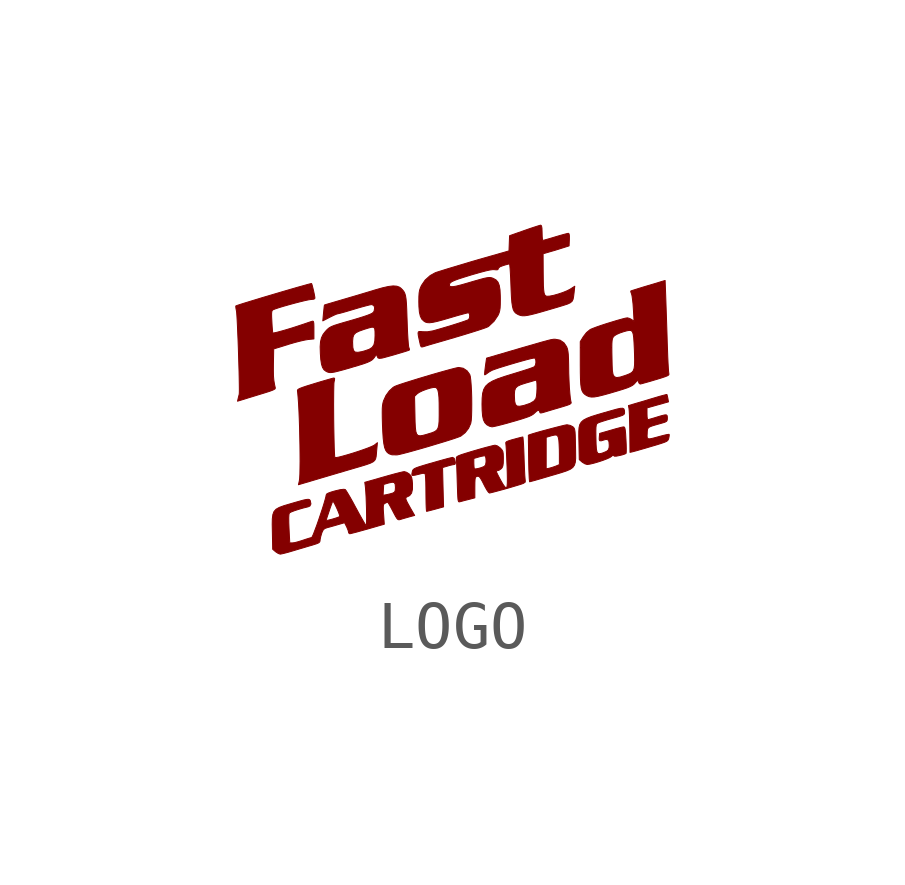
<source format=kicad_sym>
(kicad_symbol_lib
  (version 20210619)
  (generator bitmap2component)
  (symbol "LOGO"
    (pin_names
      (offset 1.016))
    (property "Reference" "#G"
      (at 0 2.779 0)
      (effects (font (size 1.27 1.27)) hide))
    (symbol "LOGO_0_0"
      (polyline (pts (xy -3.553 -3.429) (xy -3.489 -3.414) (xy -3.403 -3.391) (xy -3.305 -3.362) (xy -3.225 -3.338) (xy -3.106 -3.303) (xy -2.996 -3.27) (xy -2.91 -3.245) (xy -2.907 -3.244) (xy -2.829 -3.219) (xy -2.783 -3.199) (xy -2.762 -3.178) (xy -2.756 -3.151) (xy -2.755 -3.133) (xy -2.743 -3.073) (xy -2.723 -3.004) (xy -2.714 -2.979) (xy -2.689 -2.929) (xy -2.656 -2.901) (xy -2.601 -2.882) (xy -2.551 -2.869) (xy -2.466 -2.845) (xy -2.379 -2.82) (xy -2.246 -2.781) (xy -2.204 -2.863) (xy -2.195 -2.883) (xy -2.172 -2.94) (xy -2.163 -2.978) (xy -2.16 -2.994) (xy -2.137 -3.011) (xy -2.119 -3.007) (xy -2.066 -2.994) (xy -1.984 -2.973) (xy -1.881 -2.944) (xy -1.765 -2.912) (xy -1.419 -2.812) (xy -1.433 -2.607) (xy -1.434 -2.599) (xy -1.44 -2.506) (xy -1.44 -2.446) (xy -1.436 -2.411) (xy -1.424 -2.39) (xy -1.404 -2.377) (xy -1.374 -2.362) (xy -1.349 -2.353) (xy -1.341 -2.362) (xy -1.317 -2.4) (xy -1.282 -2.463) (xy -1.24 -2.543) (xy -1.225 -2.572) (xy -1.185 -2.647) (xy -1.156 -2.693) (xy -1.134 -2.715) (xy -1.112 -2.72) (xy -1.085 -2.714) (xy -1.054 -2.704) (xy -0.985 -2.684) (xy -0.908 -2.662) (xy -0.787 -2.629) (xy -0.881 -2.465) (xy -0.893 -2.443) (xy -0.939 -2.36) (xy -0.965 -2.304) (xy -0.971 -2.269) (xy -0.96 -2.249) (xy -0.932 -2.237) (xy -0.891 -2.216) (xy -0.851 -2.164) (xy -0.832 -2.083) (xy -0.832 -1.967) (xy -0.839 -1.894) (xy -0.85 -1.837) (xy -0.869 -1.798) (xy -0.9 -1.766) (xy -0.903 -1.763) (xy -0.955 -1.731) (xy -1.003 -1.717) (xy -1.003 -1.717) (xy -1.038 -1.723) (xy -1.106 -1.739) (xy -1.2 -1.763) (xy -1.313 -1.794) (xy -1.437 -1.829) (xy -1.825 -1.94) (xy -1.815 -2.014) (xy -1.81 -2.06) (xy -1.804 -2.142) (xy -1.8 -2.21) (xy -1.444 -2.21) (xy -1.438 -2.097) (xy -1.431 -1.984) (xy -1.336 -1.956) (xy -1.325 -1.953) (xy -1.253 -1.938) (xy -1.212 -1.945) (xy -1.192 -1.98) (xy -1.187 -2.046) (xy -1.187 -2.05) (xy -1.191 -2.11) (xy -1.206 -2.143) (xy -1.238 -2.162) (xy -1.241 -2.163) (xy -1.299 -2.18) (xy -1.367 -2.196) (xy -1.444 -2.21) (xy -1.8 -2.21) (xy -1.798 -2.243) (xy -1.794 -2.356) (xy -1.79 -2.472) (xy -1.788 -2.584) (xy -1.787 -2.685) (xy -1.788 -2.766) (xy -1.79 -2.821) (xy -1.795 -2.841) (xy -1.796 -2.84) (xy -1.813 -2.818) (xy -1.846 -2.765) (xy -1.891 -2.686) (xy -1.946 -2.588) (xy -2.007 -2.475) (xy -2.013 -2.465) (xy -2.074 -2.351) (xy -2.13 -2.251) (xy -2.178 -2.17) (xy -2.213 -2.114) (xy -2.232 -2.09) (xy -2.263 -2.085) (xy -2.336 -2.093) (xy -2.446 -2.119) (xy -2.521 -2.141) (xy -2.585 -2.164) (xy -2.619 -2.184) (xy -2.629 -2.206) (xy -2.635 -2.24) (xy -2.652 -2.305) (xy -2.678 -2.394) (xy -2.711 -2.499) (xy -2.749 -2.613) (xy -2.787 -2.726) (xy -2.628 -2.726) (xy -2.624 -2.708) (xy -2.621 -2.701) (xy -2.607 -2.658) (xy -2.584 -2.59) (xy -2.556 -2.507) (xy -2.545 -2.473) (xy -2.519 -2.401) (xy -2.5 -2.351) (xy -2.49 -2.332) (xy -2.478 -2.344) (xy -2.453 -2.385) (xy -2.423 -2.446) (xy -2.392 -2.514) (xy -2.366 -2.578) (xy -2.349 -2.627) (xy -2.346 -2.651) (xy -2.365 -2.661) (xy -2.416 -2.68) (xy -2.484 -2.701) (xy -2.526 -2.713) (xy -2.587 -2.728) (xy -2.618 -2.733) (xy -2.628 -2.726) (xy -2.787 -2.726) (xy -2.788 -2.729) (xy -2.827 -2.84) (xy -2.864 -2.938) (xy -2.894 -3.018) (xy -2.918 -3.07) (xy -2.931 -3.09) (xy -2.934 -3.09) (xy -2.973 -3.1) (xy -3.037 -3.12) (xy -3.115 -3.146) (xy -3.127 -3.15) (xy -3.21 -3.176) (xy -3.282 -3.195) (xy -3.33 -3.201) (xy -3.387 -3.201) (xy -3.402 -2.904) (xy -3.407 -2.78) (xy -3.408 -2.676) (xy -3.404 -2.61) (xy -3.394 -2.578) (xy -3.392 -2.576) (xy -3.354 -2.556) (xy -3.287 -2.53) (xy -3.2 -2.502) (xy -3.103 -2.474) (xy -3.005 -2.45) (xy -2.967 -2.433) (xy -2.946 -2.39) (xy -2.96 -2.323) (xy -2.963 -2.316) (xy -2.975 -2.301) (xy -2.997 -2.294) (xy -3.035 -2.296) (xy -3.096 -2.308) (xy -3.184 -2.332) (xy -3.307 -2.367) (xy -3.382 -2.389) (xy -3.51 -2.427) (xy -3.605 -2.462) (xy -3.672 -2.5) (xy -3.715 -2.548) (xy -3.739 -2.613) (xy -3.75 -2.7) (xy -3.752 -2.816) (xy -3.749 -2.969) (xy -3.742 -3.333) (xy -3.683 -3.384) (xy -3.676 -3.389) (xy -3.626 -3.421) (xy -3.585 -3.435) (xy -3.553 -3.429)) (stroke (width 0.01)) (fill (type outline)))
      (polyline (pts (xy -0.534 -2.544) (xy -0.498 -2.535) (xy -0.434 -2.519) (xy -0.355 -2.498) (xy -0.185 -2.451) (xy -0.196 -2.042) (xy -0.206 -1.632) (xy -0.099 -1.601) (xy -0.059 -1.589) (xy 0.000300 -1.575) (xy 0.036 -1.569) (xy 0.054 -1.563) (xy 0.062 -1.532) (xy 0.05 -1.468) (xy 0.035 -1.439) (xy 0.003 -1.421) (xy 0.002 -1.421) (xy -0.03 -1.428) (xy -0.096 -1.444) (xy -0.188 -1.469) (xy -0.3 -1.5) (xy -0.424 -1.536) (xy -0.493 -1.555) (xy -0.611 -1.59) (xy -0.697 -1.617) (xy -0.756 -1.638) (xy -0.793 -1.656) (xy -0.815 -1.673) (xy -0.828 -1.692) (xy -0.835 -1.715) (xy -0.836 -1.719) (xy -0.845 -1.768) (xy -0.841 -1.795) (xy -0.823 -1.797) (xy -0.773 -1.79) (xy -0.707 -1.774) (xy -0.695 -1.771) (xy -0.627 -1.754) (xy -0.588 -1.753) (xy -0.569 -1.765) (xy -0.564 -1.788) (xy -0.559 -1.847) (xy -0.555 -1.935) (xy -0.553 -2.045) (xy -0.552 -2.168) (xy -0.551 -2.277) (xy -0.549 -2.384) (xy -0.546 -2.468) (xy -0.542 -2.524) (xy -0.538 -2.544) (xy -0.534 -2.544)) (stroke (width 0.01)) (fill (type outline)))
      (polyline (pts (xy 0.157 -2.344) (xy 0.191 -2.335) (xy 0.257 -2.317) (xy 0.334 -2.298) (xy 0.466 -2.263) (xy 0.466 -2.043) (xy 0.467 -1.945) (xy 0.47 -1.882) (xy 0.477 -1.845) (xy 0.489 -1.826) (xy 0.508 -1.817) (xy 0.517 -1.815) (xy 0.54 -1.815) (xy 0.562 -1.827) (xy 0.587 -1.86) (xy 0.62 -1.918) (xy 0.666 -2.009) (xy 0.677 -2.03) (xy 0.715 -2.098) (xy 0.748 -2.145) (xy 0.77 -2.163) (xy 0.799 -2.157) (xy 0.86 -2.142) (xy 0.946 -2.119) (xy 1.046 -2.092) (xy 1.153 -2.062) (xy 1.258 -2.031) (xy 1.352 -2.003) (xy 1.427 -1.98) (xy 1.476 -1.962) (xy 1.513 -1.938) (xy 1.517 -1.914) (xy 1.516 -1.91) (xy 1.512 -1.87) (xy 1.506 -1.796) (xy 1.501 -1.695) (xy 1.496 -1.574) (xy 1.491 -1.44) (xy 1.49 -1.397) (xy 1.485 -1.269) (xy 1.48 -1.159) (xy 1.474 -1.073) (xy 1.469 -1.016) (xy 1.465 -0.996) (xy 1.46 -0.997) (xy 1.422 -1.005) (xy 1.357 -1.022) (xy 1.276 -1.044) (xy 1.235 -1.055) (xy 1.165 -1.077) (xy 1.126 -1.094) (xy 1.11 -1.112) (xy 1.111 -1.134) (xy 1.112 -1.139) (xy 1.116 -1.181) (xy 1.121 -1.257) (xy 1.126 -1.36) (xy 1.131 -1.482) (xy 1.137 -1.617) (xy 1.141 -1.744) (xy 1.143 -1.871) (xy 1.142 -1.962) (xy 1.137 -2.02) (xy 1.128 -2.049) (xy 1.113 -2.053) (xy 1.092 -2.035) (xy 1.064 -1.998) (xy 1.049 -1.975) (xy 1.016 -1.919) (xy 0.98 -1.852) (xy 0.946 -1.787) (xy 0.921 -1.735) (xy 0.912 -1.707) (xy 0.915 -1.702) (xy 0.944 -1.696) (xy 0.976 -1.685) (xy 1.018 -1.654) (xy 1.035 -1.633) (xy 1.05 -1.596) (xy 1.058 -1.539) (xy 1.06 -1.451) (xy 1.06 -1.417) (xy 1.057 -1.345) (xy 1.049 -1.298) (xy 1.03 -1.263) (xy 0.998 -1.228) (xy 0.987 -1.218) (xy 0.934 -1.181) (xy 0.887 -1.167) (xy 0.853 -1.173) (xy 0.785 -1.19) (xy 0.692 -1.214) (xy 0.58 -1.245) (xy 0.456 -1.281) (xy 0.391 -1.3) (xy 0.273 -1.336) (xy 0.188 -1.363) (xy 0.131 -1.385) (xy 0.098 -1.402) (xy 0.083 -1.418) (xy 0.081 -1.433) (xy 0.081 -1.438) (xy 0.082 -1.443) (xy 0.445 -1.443) (xy 0.554 -1.411) (xy 0.597 -1.4) (xy 0.652 -1.389) (xy 0.681 -1.39) (xy 0.686 -1.397) (xy 0.696 -1.436) (xy 0.7 -1.495) (xy 0.699 -1.52) (xy 0.689 -1.578) (xy 0.662 -1.608) (xy 0.65 -1.614) (xy 0.596 -1.635) (xy 0.535 -1.652) (xy 0.484 -1.661) (xy 0.457 -1.659) (xy 0.453 -1.649) (xy 0.448 -1.607) (xy 0.445 -1.545) (xy 0.445 -1.443) (xy 0.082 -1.443) (xy 0.084 -1.48) (xy 0.087 -1.556) (xy 0.091 -1.658) (xy 0.095 -1.78) (xy 0.099 -1.915) (xy 0.103 -2.039) (xy 0.107 -2.155) (xy 0.111 -2.239) (xy 0.115 -2.294) (xy 0.122 -2.328) (xy 0.13 -2.344) (xy 0.142 -2.347) (xy 0.157 -2.344)) (stroke (width 0.01)) (fill (type outline)))
      (polyline (pts (xy -2.891 -1.897) (xy -2.868 -1.89) (xy -2.743 -1.853) (xy -2.591 -1.808) (xy -2.425 -1.759) (xy -2.256 -1.709) (xy -2.095 -1.662) (xy -2.034 -1.644) (xy -1.894 -1.603) (xy -1.787 -1.57) (xy -1.709 -1.542) (xy -1.655 -1.515) (xy -1.62 -1.486) (xy -1.6 -1.451) (xy -1.589 -1.405) (xy -1.583 -1.347) (xy -1.577 -1.271) (xy -1.562 -1.115) (xy -1.622 -1.162) (xy -1.632 -1.169) (xy -1.683 -1.194) (xy -1.76 -1.225) (xy -1.856 -1.26) (xy -1.964 -1.297) (xy -2.076 -1.333) (xy -2.186 -1.366) (xy -2.285 -1.394) (xy -2.366 -1.415) (xy -2.423 -1.425) (xy -2.447 -1.423) (xy -2.448 -1.421) (xy -2.453 -1.384) (xy -2.457 -1.312) (xy -2.461 -1.211) (xy -2.464 -1.086) (xy -2.467 -0.944) (xy -2.47 -0.79) (xy -2.472 -0.631) (xy -2.473 -0.471) (xy -2.474 -0.318) (xy -2.473 -0.176) (xy -2.472 -0.052) (xy -2.47 0.048) (xy -2.468 0.118) (xy -2.464 0.154) (xy -2.456 0.183) (xy -2.453 0.222) (xy -2.466 0.232) (xy -2.491 0.227) (xy -2.55 0.211) (xy -2.636 0.186) (xy -2.743 0.155) (xy -2.862 0.119) (xy -2.91 0.104) (xy -3.031 0.067) (xy -3.117 0.038) (xy -3.175 0.016) (xy -3.209 -0.002) (xy -3.225 -0.018) (xy -3.227 -0.034) (xy -3.222 -0.072) (xy -3.213 -0.171) (xy -3.204 -0.298) (xy -3.196 -0.448) (xy -3.189 -0.616) (xy -3.183 -0.795) (xy -3.179 -0.979) (xy -3.175 -1.162) (xy -3.173 -1.338) (xy -3.172 -1.502) (xy -3.174 -1.647) (xy -3.176 -1.768) (xy -3.181 -1.858) (xy -3.188 -1.912) (xy -3.206 -1.99) (xy -2.891 -1.897)) (stroke (width 0.01)) (fill (type outline)))
      (polyline (pts (xy 1.61 -1.928) (xy 1.644 -1.919) (xy 1.711 -1.901) (xy 1.805 -1.874) (xy 1.918 -1.841) (xy 2.046 -1.803) (xy 2.119 -1.782) (xy 2.261 -1.74) (xy 2.37 -1.704) (xy 2.45 -1.67) (xy 2.505 -1.631) (xy 2.539 -1.583) (xy 2.558 -1.521) (xy 2.565 -1.438) (xy 2.564 -1.331) (xy 2.562 -1.193) (xy 2.561 -1.19) (xy 2.559 -1.058) (xy 2.556 -0.96) (xy 2.552 -0.892) (xy 2.545 -0.847) (xy 2.536 -0.818) (xy 2.523 -0.799) (xy 2.505 -0.782) (xy 2.452 -0.755) (xy 2.386 -0.742) (xy 2.376 -0.743) (xy 2.329 -0.752) (xy 2.254 -0.77) (xy 2.159 -0.794) (xy 2.052 -0.822) (xy 1.94 -0.852) (xy 1.832 -0.881) (xy 1.734 -0.909) (xy 1.654 -0.933) (xy 1.601 -0.951) (xy 1.58 -0.96) (xy 1.58 -0.967) (xy 1.581 -1.009) (xy 1.581 -1.084) (xy 1.583 -1.186) (xy 1.584 -1.309) (xy 1.586 -1.447) (xy 1.587 -1.523) (xy 1.59 -1.654) (xy 1.59 -1.659) (xy 1.951 -1.659) (xy 1.951 -1.003) (xy 2.033 -0.979) (xy 2.071 -0.968) (xy 2.138 -0.954) (xy 2.179 -0.961) (xy 2.2 -0.993) (xy 2.213 -1.052) (xy 2.216 -1.078) (xy 2.221 -1.158) (xy 2.225 -1.258) (xy 2.226 -1.361) (xy 2.226 -1.571) (xy 2.151 -1.603) (xy 2.146 -1.605) (xy 2.076 -1.629) (xy 2.013 -1.647) (xy 1.951 -1.659) (xy 1.59 -1.659) (xy 1.594 -1.765) (xy 1.598 -1.852) (xy 1.603 -1.909) (xy 1.607 -1.929) (xy 1.61 -1.928)) (stroke (width 0.01)) (fill (type outline)))
      (polyline (pts (xy 2.806 -1.569) (xy 2.863 -1.561) (xy 2.943 -1.542) (xy 3.035 -1.515) (xy 3.129 -1.484) (xy 3.213 -1.452) (xy 3.277 -1.423) (xy 3.311 -1.4) (xy 3.338 -1.375) (xy 3.355 -1.382) (xy 3.356 -1.384) (xy 3.372 -1.396) (xy 3.412 -1.395) (xy 3.483 -1.381) (xy 3.536 -1.368) (xy 3.59 -1.35) (xy 3.615 -1.336) (xy 3.615 -1.335) (xy 3.618 -1.304) (xy 3.619 -1.241) (xy 3.617 -1.153) (xy 3.612 -1.051) (xy 3.611 -1.039) (xy 3.605 -0.93) (xy 3.598 -0.857) (xy 3.59 -0.813) (xy 3.579 -0.791) (xy 3.564 -0.786) (xy 3.537 -0.79) (xy 3.476 -0.805) (xy 3.393 -0.827) (xy 3.297 -0.855) (xy 3.064 -0.922) (xy 3.057 -1.002) (xy 3.055 -1.046) (xy 3.065 -1.074) (xy 3.096 -1.076) (xy 3.158 -1.057) (xy 3.196 -1.047) (xy 3.237 -1.054) (xy 3.258 -1.092) (xy 3.264 -1.166) (xy 3.262 -1.213) (xy 3.247 -1.262) (xy 3.209 -1.295) (xy 3.138 -1.325) (xy 3.098 -1.338) (xy 3.056 -1.345) (xy 3.026 -1.335) (xy 3.007 -1.302) (xy 2.996 -1.242) (xy 2.99 -1.15) (xy 2.987 -1.02) (xy 2.986 -0.973) (xy 2.985 -0.87) (xy 2.987 -0.799) (xy 2.993 -0.753) (xy 3.002 -0.727) (xy 3.017 -0.711) (xy 3.019 -0.71) (xy 3.056 -0.693) (xy 3.125 -0.67) (xy 3.215 -0.642) (xy 3.318 -0.613) (xy 3.413 -0.587) (xy 3.491 -0.563) (xy 3.541 -0.545) (xy 3.569 -0.528) (xy 3.58 -0.51) (xy 3.583 -0.488) (xy 3.581 -0.446) (xy 3.57 -0.413) (xy 3.545 -0.398) (xy 3.498 -0.399) (xy 3.424 -0.415) (xy 3.316 -0.445) (xy 3.171 -0.486) (xy 3.014 -0.532) (xy 2.89 -0.571) (xy 2.796 -0.608) (xy 2.727 -0.645) (xy 2.68 -0.688) (xy 2.65 -0.739) (xy 2.635 -0.803) (xy 2.63 -0.883) (xy 2.63 -0.983) (xy 2.633 -1.108) (xy 2.64 -1.467) (xy 2.699 -1.518) (xy 2.705 -1.523) (xy 2.758 -1.555) (xy 2.805 -1.569) (xy 2.806 -1.569)) (stroke (width 0.01)) (fill (type outline)))
      (polyline (pts (xy -1.154 -1.369) (xy -1.106 -1.36) (xy -1.024 -1.34) (xy -0.916 -1.312) (xy -0.787 -1.276) (xy -0.645 -1.236) (xy -0.497 -1.193) (xy -0.348 -1.148) (xy -0.205 -1.105) (xy -0.076 -1.065) (xy 0.033 -1.03) (xy 0.116 -1.001) (xy 0.165 -0.982) (xy 0.181 -0.973) (xy 0.265 -0.906) (xy 0.336 -0.815) (xy 0.381 -0.712) (xy 0.382 -0.708) (xy 0.392 -0.646) (xy 0.398 -0.554) (xy 0.401 -0.44) (xy 0.402 -0.312) (xy 0.401 -0.177) (xy 0.397 -0.044) (xy 0.39 0.079) (xy 0.382 0.183) (xy 0.372 0.262) (xy 0.36 0.305) (xy 0.305 0.381) (xy 0.224 0.435) (xy 0.13 0.451) (xy 0.114 0.449) (xy 0.055 0.436) (xy -0.035 0.413) (xy -0.148 0.382) (xy -0.28 0.345) (xy -0.423 0.304) (xy -0.571 0.26) (xy -0.717 0.216) (xy -0.856 0.173) (xy -0.981 0.134) (xy -1.085 0.1) (xy -1.162 0.073) (xy -1.205 0.055) (xy -1.236 0.036) (xy -1.315 -0.037) (xy -1.385 -0.134) (xy -1.392 -0.15) (xy -0.789 -0.15) (xy -0.736 -0.098) (xy -0.692 -0.067) (xy -0.623 -0.034) (xy -0.541 -0.003) (xy -0.46 0.022) (xy -0.392 0.036) (xy -0.349 0.035) (xy -0.346 0.033) (xy -0.322 0.014) (xy -0.303 -0.023) (xy -0.29 -0.083) (xy -0.281 -0.17) (xy -0.277 -0.289) (xy -0.276 -0.446) (xy -0.276 -0.554) (xy -0.278 -0.67) (xy -0.286 -0.754) (xy -0.302 -0.814) (xy -0.329 -0.855) (xy -0.371 -0.885) (xy -0.43 -0.909) (xy -0.51 -0.933) (xy -0.538 -0.942) (xy -0.616 -0.963) (xy -0.674 -0.972) (xy -0.716 -0.965) (xy -0.744 -0.936) (xy -0.762 -0.883) (xy -0.772 -0.8) (xy -0.778 -0.683) (xy -0.781 -0.528) (xy -0.789 -0.15) (xy -1.392 -0.15) (xy -1.434 -0.242) (xy -1.435 -0.244) (xy -1.447 -0.289) (xy -1.456 -0.339) (xy -1.461 -0.403) (xy -1.462 -0.486) (xy -1.461 -0.597) (xy -1.457 -0.743) (xy -1.451 -0.879) (xy -1.442 -1.023) (xy -1.429 -1.133) (xy -1.412 -1.216) (xy -1.388 -1.276) (xy -1.357 -1.318) (xy -1.317 -1.347) (xy -1.26 -1.367) (xy -1.155 -1.369) (xy -1.154 -1.369)) (stroke (width 0.01)) (fill (type outline)))
      (polyline (pts (xy 3.751 -1.304) (xy 3.772 -1.298) (xy 3.833 -1.282) (xy 3.92 -1.257) (xy 4.027 -1.226) (xy 4.144 -1.191) (xy 4.264 -1.156) (xy 4.355 -1.127) (xy 4.418 -1.105) (xy 4.458 -1.087) (xy 4.481 -1.069) (xy 4.494 -1.048) (xy 4.503 -1.022) (xy 4.504 -1.016) (xy 4.513 -0.968) (xy 4.511 -0.942) (xy 4.502 -0.941) (xy 4.46 -0.947) (xy 4.392 -0.963) (xy 4.308 -0.985) (xy 4.265 -0.997) (xy 4.171 -1.022) (xy 4.109 -1.035) (xy 4.072 -1.032) (xy 4.055 -1.013) (xy 4.051 -0.976) (xy 4.054 -0.919) (xy 4.056 -0.87) (xy 4.062 -0.834) (xy 4.076 -0.808) (xy 4.106 -0.786) (xy 4.158 -0.766) (xy 4.238 -0.742) (xy 4.352 -0.71) (xy 4.359 -0.708) (xy 4.424 -0.688) (xy 4.458 -0.669) (xy 4.471 -0.644) (xy 4.474 -0.603) (xy 4.473 -0.576) (xy 4.467 -0.548) (xy 4.449 -0.535) (xy 4.412 -0.538) (xy 4.348 -0.554) (xy 4.251 -0.583) (xy 4.223 -0.592) (xy 4.148 -0.614) (xy 4.092 -0.63) (xy 4.066 -0.636) (xy 4.059 -0.624) (xy 4.052 -0.579) (xy 4.05 -0.513) (xy 4.05 -0.391) (xy 4.497 -0.265) (xy 4.484 -0.191) (xy 4.482 -0.181) (xy 4.471 -0.133) (xy 4.464 -0.111) (xy 4.443 -0.115) (xy 4.389 -0.129) (xy 4.311 -0.15) (xy 4.217 -0.178) (xy 4.136 -0.202) (xy 4.018 -0.238) (xy 3.906 -0.271) (xy 3.82 -0.296) (xy 3.664 -0.342) (xy 3.676 -0.41) (xy 3.676 -0.411) (xy 3.68 -0.456) (xy 3.684 -0.535) (xy 3.687 -0.64) (xy 3.69 -0.763) (xy 3.692 -0.897) (xy 3.696 -1.316) (xy 3.751 -1.304)) (stroke (width 0.01)) (fill (type outline)))
      (polyline (pts (xy 0.859 -0.779) (xy 0.929 -0.764) (xy 1.024 -0.74) (xy 1.137 -0.71) (xy 1.262 -0.674) (xy 1.306 -0.662) (xy 1.433 -0.624) (xy 1.528 -0.593) (xy 1.598 -0.568) (xy 1.647 -0.544) (xy 1.685 -0.52) (xy 1.715 -0.493) (xy 1.753 -0.458) (xy 1.786 -0.44) (xy 1.805 -0.449) (xy 1.813 -0.463) (xy 1.823 -0.492) (xy 1.84 -0.497) (xy 1.882 -0.488) (xy 1.885 -0.487) (xy 1.932 -0.473) (xy 2.009 -0.45) (xy 2.105 -0.421) (xy 2.212 -0.39) (xy 2.306 -0.362) (xy 2.386 -0.337) (xy 2.437 -0.318) (xy 2.463 -0.301) (xy 2.472 -0.285) (xy 2.469 -0.267) (xy 2.465 -0.255) (xy 2.454 -0.189) (xy 2.444 -0.091) (xy 2.434 0.033) (xy 2.427 0.176) (xy 2.421 0.33) (xy 2.419 0.488) (xy 2.419 0.5) (xy 2.416 0.626) (xy 2.412 0.719) (xy 2.404 0.788) (xy 2.393 0.84) (xy 2.376 0.884) (xy 2.322 0.964) (xy 2.24 1.02) (xy 2.137 1.039) (xy 2.123 1.039) (xy 2.102 1.038) (xy 2.077 1.034) (xy 2.043 1.028) (xy 1.998 1.017) (xy 1.936 1) (xy 1.854 0.978) (xy 1.747 0.947) (xy 1.612 0.908) (xy 1.444 0.86) (xy 1.24 0.8) (xy 0.71 0.645) (xy 0.686 0.476) (xy 0.683 0.453) (xy 0.674 0.377) (xy 0.669 0.322) (xy 0.67 0.299) (xy 0.684 0.301) (xy 0.715 0.323) (xy 0.759 0.355) (xy 0.816 0.388) (xy 0.832 0.395) (xy 0.892 0.417) (xy 0.977 0.446) (xy 1.081 0.478) (xy 1.196 0.513) (xy 1.315 0.548) (xy 1.431 0.581) (xy 1.536 0.61) (xy 1.622 0.632) (xy 1.683 0.645) (xy 1.711 0.648) (xy 1.717 0.644) (xy 1.734 0.61) (xy 1.738 0.558) (xy 1.729 0.504) (xy 1.708 0.468) (xy 1.705 0.466) (xy 1.669 0.45) (xy 1.6 0.425) (xy 1.505 0.394) (xy 1.39 0.358) (xy 1.263 0.319) (xy 1.096 0.268) (xy 0.949 0.218) (xy 0.835 0.169) (xy 0.75 0.118) (xy 0.69 0.061) (xy 0.651 -0.006) (xy 0.628 -0.088) (xy 0.626 -0.111) (xy 1.289 -0.111) (xy 1.295 -0.033) (xy 1.314 0.021) (xy 1.355 0.061) (xy 1.423 0.093) (xy 1.526 0.126) (xy 1.54 0.13) (xy 1.62 0.153) (xy 1.685 0.172) (xy 1.723 0.183) (xy 1.73 0.185) (xy 1.746 0.181) (xy 1.755 0.158) (xy 1.759 0.108) (xy 1.76 0.024) (xy 1.76 0.008) (xy 1.756 -0.079) (xy 1.747 -0.153) (xy 1.736 -0.199) (xy 1.693 -0.251) (xy 1.614 -0.297) (xy 1.495 -0.337) (xy 1.476 -0.342) (xy 1.396 -0.357) (xy 1.343 -0.351) (xy 1.311 -0.318) (xy 1.295 -0.252) (xy 1.29 -0.149) (xy 1.289 -0.111) (xy 0.626 -0.111) (xy 0.618 -0.189) (xy 0.615 -0.312) (xy 0.618 -0.443) (xy 0.627 -0.556) (xy 0.645 -0.639) (xy 0.674 -0.698) (xy 0.714 -0.741) (xy 0.768 -0.771) (xy 0.824 -0.785) (xy 0.859 -0.779)) (stroke (width 0.01)) (fill (type outline)))
      (polyline (pts (xy -4.309 -0.201) (xy -4.256 -0.184) (xy -4.147 -0.151) (xy -4.027 -0.114) (xy -3.912 -0.079) (xy -3.909 -0.078) (xy -3.802 -0.044) (xy -3.732 -0.017) (xy -3.695 0.004) (xy -3.687 0.022) (xy -3.704 0.098) (xy -3.718 0.181) (xy -3.726 0.273) (xy -3.728 0.386) (xy -3.727 0.53) (xy -3.721 0.837) (xy -3.424 0.929) (xy -3.395 0.938) (xy -3.277 0.972) (xy -3.165 1.001) (xy -3.071 1.022) (xy -3.005 1.033) (xy -2.884 1.045) (xy -2.884 1.235) (xy -2.884 1.3) (xy -2.886 1.366) (xy -2.892 1.402) (xy -2.903 1.415) (xy -2.921 1.413) (xy -2.945 1.405) (xy -3.005 1.385) (xy -3.086 1.357) (xy -3.18 1.326) (xy -3.243 1.305) (xy -3.362 1.267) (xy -3.475 1.233) (xy -3.577 1.204) (xy -3.66 1.182) (xy -3.717 1.17) (xy -3.74 1.169) (xy -3.743 1.184) (xy -3.748 1.235) (xy -3.754 1.311) (xy -3.759 1.405) (xy -3.764 1.5) (xy -3.765 1.57) (xy -3.761 1.614) (xy -3.752 1.638) (xy -3.736 1.651) (xy -3.735 1.652) (xy -3.687 1.671) (xy -3.609 1.697) (xy -3.509 1.727) (xy -3.396 1.759) (xy -3.279 1.791) (xy -3.166 1.82) (xy -3.067 1.844) (xy -2.991 1.86) (xy -2.946 1.866) (xy -2.938 1.866) (xy -2.882 1.873) (xy -2.863 1.892) (xy -2.866 1.922) (xy -2.877 1.981) (xy -2.892 2.051) (xy -2.909 2.12) (xy -2.923 2.173) (xy -2.933 2.198) (xy -2.933 2.198) (xy -2.957 2.194) (xy -3.016 2.179) (xy -3.104 2.154) (xy -3.216 2.123) (xy -3.348 2.085) (xy -3.492 2.043) (xy -3.645 1.998) (xy -3.8 1.952) (xy -3.952 1.907) (xy -4.096 1.863) (xy -4.227 1.823) (xy -4.339 1.789) (xy -4.427 1.761) (xy -4.486 1.741) (xy -4.509 1.732) (xy -4.511 1.725) (xy -4.508 1.688) (xy -4.497 1.63) (xy -4.493 1.604) (xy -4.488 1.538) (xy -4.482 1.44) (xy -4.476 1.317) (xy -4.47 1.174) (xy -4.463 1.017) (xy -4.457 0.851) (xy -4.452 0.682) (xy -4.447 0.516) (xy -4.442 0.358) (xy -4.439 0.214) (xy -4.437 0.09) (xy -4.436 -0.009) (xy -4.437 -0.077) (xy -4.439 -0.108) (xy -4.448 -0.141) (xy -4.461 -0.194) (xy -4.474 -0.251) (xy -4.309 -0.201)) (stroke (width 0.01)) (fill (type outline)))
      (polyline (pts (xy 2.953 -0.163) (xy 3.033 -0.149) (xy 3.139 -0.123) (xy 3.278 -0.085) (xy 3.3 -0.078) (xy 3.446 -0.035) (xy 3.558 -0.000400) (xy 3.642 0.028) (xy 3.703 0.054) (xy 3.747 0.078) (xy 3.779 0.103) (xy 3.806 0.132) (xy 3.821 0.149) (xy 3.849 0.178) (xy 3.864 0.178) (xy 3.873 0.151) (xy 3.885 0.124) (xy 3.907 0.106) (xy 3.913 0.107) (xy 3.954 0.117) (xy 4.025 0.137) (xy 4.118 0.163) (xy 4.224 0.195) (xy 4.236 0.198) (xy 4.347 0.232) (xy 4.425 0.258) (xy 4.473 0.277) (xy 4.499 0.293) (xy 4.507 0.309) (xy 4.504 0.327) (xy 4.504 0.329) (xy 4.499 0.367) (xy 4.494 0.441) (xy 4.488 0.544) (xy 4.482 0.672) (xy 4.477 0.818) (xy 4.471 0.975) (xy 4.467 1.118) (xy 4.461 1.302) (xy 4.455 1.485) (xy 4.449 1.655) (xy 4.444 1.804) (xy 4.44 1.921) (xy 4.427 2.262) (xy 4.074 2.156) (xy 3.977 2.127) (xy 3.874 2.095) (xy 3.791 2.069) (xy 3.734 2.051) (xy 3.712 2.043) (xy 3.713 2.024) (xy 3.728 1.983) (xy 3.738 1.944) (xy 3.748 1.871) (xy 3.759 1.777) (xy 3.766 1.672) (xy 3.781 1.413) (xy 3.73 1.449) (xy 3.687 1.472) (xy 3.642 1.484) (xy 3.64 1.484) (xy 3.597 1.477) (xy 3.524 1.458) (xy 3.428 1.431) (xy 3.319 1.398) (xy 3.205 1.363) (xy 3.095 1.327) (xy 2.997 1.293) (xy 2.921 1.264) (xy 2.874 1.244) (xy 2.864 1.238) (xy 2.79 1.177) (xy 2.725 1.093) (xy 2.661 0.989) (xy 2.661 0.863) (xy 3.318 0.863) (xy 3.319 0.945) (xy 3.323 1.005) (xy 3.33 1.046) (xy 3.341 1.074) (xy 3.355 1.094) (xy 3.374 1.112) (xy 3.417 1.139) (xy 3.49 1.171) (xy 3.571 1.198) (xy 3.63 1.214) (xy 3.682 1.223) (xy 3.719 1.219) (xy 3.745 1.196) (xy 3.762 1.149) (xy 3.773 1.075) (xy 3.78 0.968) (xy 3.787 0.823) (xy 3.79 0.733) (xy 3.793 0.602) (xy 3.791 0.504) (xy 3.782 0.433) (xy 3.764 0.383) (xy 3.735 0.348) (xy 3.694 0.323) (xy 3.639 0.3) (xy 3.595 0.284) (xy 3.491 0.251) (xy 3.419 0.241) (xy 3.371 0.258) (xy 3.343 0.305) (xy 3.329 0.386) (xy 3.324 0.505) (xy 3.322 0.605) (xy 3.319 0.751) (xy 3.318 0.863) (xy 2.661 0.863) (xy 2.661 0.513) (xy 2.662 0.341) (xy 2.665 0.206) (xy 2.671 0.103) (xy 2.681 0.026) (xy 2.697 -0.031) (xy 2.719 -0.072) (xy 2.748 -0.103) (xy 2.786 -0.13) (xy 2.799 -0.137) (xy 2.843 -0.156) (xy 2.892 -0.165) (xy 2.953 -0.163)) (stroke (width 0.01)) (fill (type outline)))
      (polyline (pts (xy -2.51 0.346) (xy -2.451 0.356) (xy -2.37 0.376) (xy -2.261 0.405) (xy -2.118 0.446) (xy -2.11 0.449) (xy -1.965 0.492) (xy -1.855 0.526) (xy -1.774 0.555) (xy -1.715 0.582) (xy -1.674 0.608) (xy -1.643 0.637) (xy -1.618 0.67) (xy -1.582 0.726) (xy -1.565 0.678) (xy -1.55 0.65) (xy -1.522 0.64) (xy -1.468 0.646) (xy -1.458 0.648) (xy -1.404 0.662) (xy -1.328 0.683) (xy -1.237 0.708) (xy -1.142 0.736) (xy -1.051 0.763) (xy -0.973 0.787) (xy -0.918 0.805) (xy -0.895 0.815) (xy -0.896 0.833) (xy -0.909 0.873) (xy -0.913 0.89) (xy -0.919 0.949) (xy -0.926 1.039) (xy -0.933 1.154) (xy -0.939 1.287) (xy -0.944 1.433) (xy -0.947 1.513) (xy -0.952 1.666) (xy -0.958 1.785) (xy -0.966 1.876) (xy -0.977 1.944) (xy -0.992 1.994) (xy -1.012 2.033) (xy -1.038 2.066) (xy -1.071 2.099) (xy -1.101 2.122) (xy -1.158 2.143) (xy -1.234 2.149) (xy -1.334 2.137) (xy -1.461 2.108) (xy -1.622 2.062) (xy -1.689 2.041) (xy -1.823 2.001) (xy -1.976 1.955) (xy -2.133 1.909) (xy -2.279 1.866) (xy -2.282 1.865) (xy -2.402 1.83) (xy -2.506 1.799) (xy -2.589 1.775) (xy -2.644 1.758) (xy -2.665 1.751) (xy -2.665 1.75) (xy -2.67 1.721) (xy -2.676 1.662) (xy -2.684 1.585) (xy -2.699 1.421) (xy -2.556 1.495) (xy -2.546 1.5) (xy -2.475 1.535) (xy -2.418 1.56) (xy -2.387 1.569) (xy -2.377 1.571) (xy -2.33 1.582) (xy -2.254 1.603) (xy -2.157 1.631) (xy -2.047 1.664) (xy -1.991 1.681) (xy -1.883 1.712) (xy -1.79 1.737) (xy -1.722 1.754) (xy -1.685 1.76) (xy -1.679 1.76) (xy -1.636 1.74) (xy -1.619 1.692) (xy -1.631 1.626) (xy -1.635 1.617) (xy -1.649 1.598) (xy -1.673 1.579) (xy -1.712 1.56) (xy -1.77 1.537) (xy -1.852 1.509) (xy -1.961 1.475) (xy -2.102 1.433) (xy -2.28 1.382) (xy -2.371 1.355) (xy -2.459 1.327) (xy -2.521 1.302) (xy -2.567 1.276) (xy -2.606 1.243) (xy -2.645 1.201) (xy -2.693 1.139) (xy -2.727 1.068) (xy -2.747 0.985) (xy -2.748 0.966) (xy -2.078 0.966) (xy -2.078 1.002) (xy -2.071 1.079) (xy -2.051 1.134) (xy -2.01 1.174) (xy -1.941 1.208) (xy -1.839 1.244) (xy -1.742 1.274) (xy -1.676 1.29) (xy -1.637 1.286) (xy -1.618 1.258) (xy -1.612 1.202) (xy -1.611 1.114) (xy -1.616 1.006) (xy -1.634 0.925) (xy -1.671 0.869) (xy -1.733 0.829) (xy -1.827 0.797) (xy -1.884 0.781) (xy -1.97 0.766) (xy -2.027 0.772) (xy -2.059 0.805) (xy -2.074 0.868) (xy -2.078 0.966) (xy -2.748 0.966) (xy -2.754 0.88) (xy -2.75 0.743) (xy -2.742 0.625) (xy -2.727 0.524) (xy -2.705 0.452) (xy -2.674 0.403) (xy -2.63 0.37) (xy -2.618 0.364) (xy -2.587 0.351) (xy -2.553 0.345) (xy -2.51 0.346)) (stroke (width 0.01)) (fill (type outline)))
      (polyline (pts (xy -0.612 0.882) (xy -0.566 0.896) (xy -0.491 0.919) (xy -0.395 0.947) (xy -0.287 0.978) (xy -0.135 1.022) (xy 0.065 1.081) (xy 0.246 1.135) (xy 0.405 1.184) (xy 0.538 1.226) (xy 0.64 1.26) (xy 0.71 1.285) (xy 0.742 1.3) (xy 0.754 1.308) (xy 0.866 1.413) (xy 0.945 1.531) (xy 0.947 1.533) (xy 0.969 1.582) (xy 0.983 1.63) (xy 0.992 1.688) (xy 0.996 1.767) (xy 0.997 1.878) (xy 0.996 1.941) (xy 0.99 2.067) (xy 0.974 2.161) (xy 0.948 2.227) (xy 0.908 2.273) (xy 0.853 2.304) (xy 0.828 2.314) (xy 0.798 2.322) (xy 0.765 2.324) (xy 0.721 2.319) (xy 0.661 2.307) (xy 0.579 2.285) (xy 0.469 2.254) (xy 0.323 2.211) (xy 0.187 2.172) (xy 0.085 2.146) (xy 0.013 2.133) (xy -0.033 2.133) (xy -0.057 2.144) (xy -0.063 2.167) (xy -0.063 2.168) (xy -0.059 2.193) (xy -0.042 2.216) (xy -0.009 2.239) (xy 0.046 2.264) (xy 0.127 2.294) (xy 0.239 2.33) (xy 0.388 2.376) (xy 0.432 2.389) (xy 0.58 2.431) (xy 0.693 2.461) (xy 0.778 2.48) (xy 0.838 2.488) (xy 0.878 2.487) (xy 0.912 2.483) (xy 0.945 2.487) (xy 0.954 2.509) (xy 0.956 2.517) (xy 0.989 2.547) (xy 1.064 2.575) (xy 1.108 2.588) (xy 1.161 2.602) (xy 1.188 2.608) (xy 1.189 2.606) (xy 1.194 2.575) (xy 1.2 2.51) (xy 1.206 2.417) (xy 1.212 2.301) (xy 1.217 2.17) (xy 1.221 2.063) (xy 1.228 1.916) (xy 1.237 1.803) (xy 1.25 1.718) (xy 1.266 1.657) (xy 1.288 1.614) (xy 1.317 1.583) (xy 1.354 1.56) (xy 1.382 1.546) (xy 1.417 1.534) (xy 1.455 1.527) (xy 1.502 1.527) (xy 1.561 1.535) (xy 1.638 1.551) (xy 1.738 1.576) (xy 1.863 1.611) (xy 2.021 1.657) (xy 2.214 1.714) (xy 2.312 1.744) (xy 2.398 1.772) (xy 2.455 1.799) (xy 2.491 1.83) (xy 2.511 1.871) (xy 2.522 1.929) (xy 2.532 2.009) (xy 2.546 2.142) (xy 2.449 2.08) (xy 2.387 2.048) (xy 2.299 2.012) (xy 2.2 1.979) (xy 2.104 1.952) (xy 2.022 1.936) (xy 1.966 1.933) (xy 1.958 1.935) (xy 1.936 1.945) (xy 1.919 1.967) (xy 1.907 2.006) (xy 1.899 2.066) (xy 1.893 2.154) (xy 1.891 2.275) (xy 1.889 2.432) (xy 1.887 2.818) (xy 2.041 2.863) (xy 2.128 2.888) (xy 2.228 2.919) (xy 2.311 2.945) (xy 2.428 2.982) (xy 2.434 3.113) (xy 2.435 3.189) (xy 2.428 3.231) (xy 2.413 3.244) (xy 2.384 3.238) (xy 2.322 3.222) (xy 2.239 3.199) (xy 2.141 3.17) (xy 2.141 3.17) (xy 2.045 3.141) (xy 1.964 3.118) (xy 1.907 3.102) (xy 1.882 3.096) (xy 1.88 3.096) (xy 1.873 3.122) (xy 1.868 3.179) (xy 1.866 3.255) (xy 1.866 3.264) (xy 1.863 3.35) (xy 1.854 3.398) (xy 1.839 3.413) (xy 1.828 3.412) (xy 1.781 3.398) (xy 1.706 3.374) (xy 1.61 3.342) (xy 1.501 3.304) (xy 1.189 3.194) (xy 1.183 3.036) (xy 1.177 2.878) (xy 1.05 2.841) (xy 0.995 2.826) (xy 0.9 2.798) (xy 0.789 2.767) (xy 0.678 2.735) (xy 0.673 2.734) (xy 0.544 2.697) (xy 0.403 2.656) (xy 0.257 2.612) (xy 0.113 2.569) (xy -0.024 2.528) (xy -0.146 2.491) (xy -0.248 2.459) (xy -0.321 2.436) (xy -0.36 2.422) (xy -0.464 2.364) (xy -0.568 2.271) (xy -0.644 2.16) (xy -0.667 2.11) (xy -0.684 2.059) (xy -0.694 2.001) (xy -0.699 1.925) (xy -0.7 1.819) (xy -0.698 1.718) (xy -0.688 1.602) (xy -0.668 1.517) (xy -0.637 1.456) (xy -0.591 1.413) (xy -0.563 1.396) (xy -0.525 1.385) (xy -0.476 1.382) (xy -0.41 1.39) (xy -0.322 1.409) (xy -0.206 1.44) (xy -0.055 1.484) (xy 0.043 1.513) (xy 0.151 1.544) (xy 0.24 1.568) (xy 0.302 1.584) (xy 0.331 1.59) (xy 0.334 1.59) (xy 0.353 1.569) (xy 0.36 1.527) (xy 0.354 1.48) (xy 0.334 1.447) (xy 0.311 1.436) (xy 0.253 1.415) (xy 0.168 1.386) (xy 0.064 1.353) (xy -0.053 1.316) (xy -0.175 1.28) (xy -0.294 1.245) (xy -0.403 1.214) (xy -0.413 1.212) (xy -0.521 1.194) (xy -0.62 1.195) (xy -0.66 1.2) (xy -0.692 1.2) (xy -0.711 1.19) (xy -0.716 1.162) (xy -0.71 1.111) (xy -0.693 1.031) (xy -0.667 0.915) (xy -0.651 0.88) (xy -0.62 0.879) (xy -0.612 0.882)) (stroke (width 0.01)) (fill (type outline))))))
</source>
